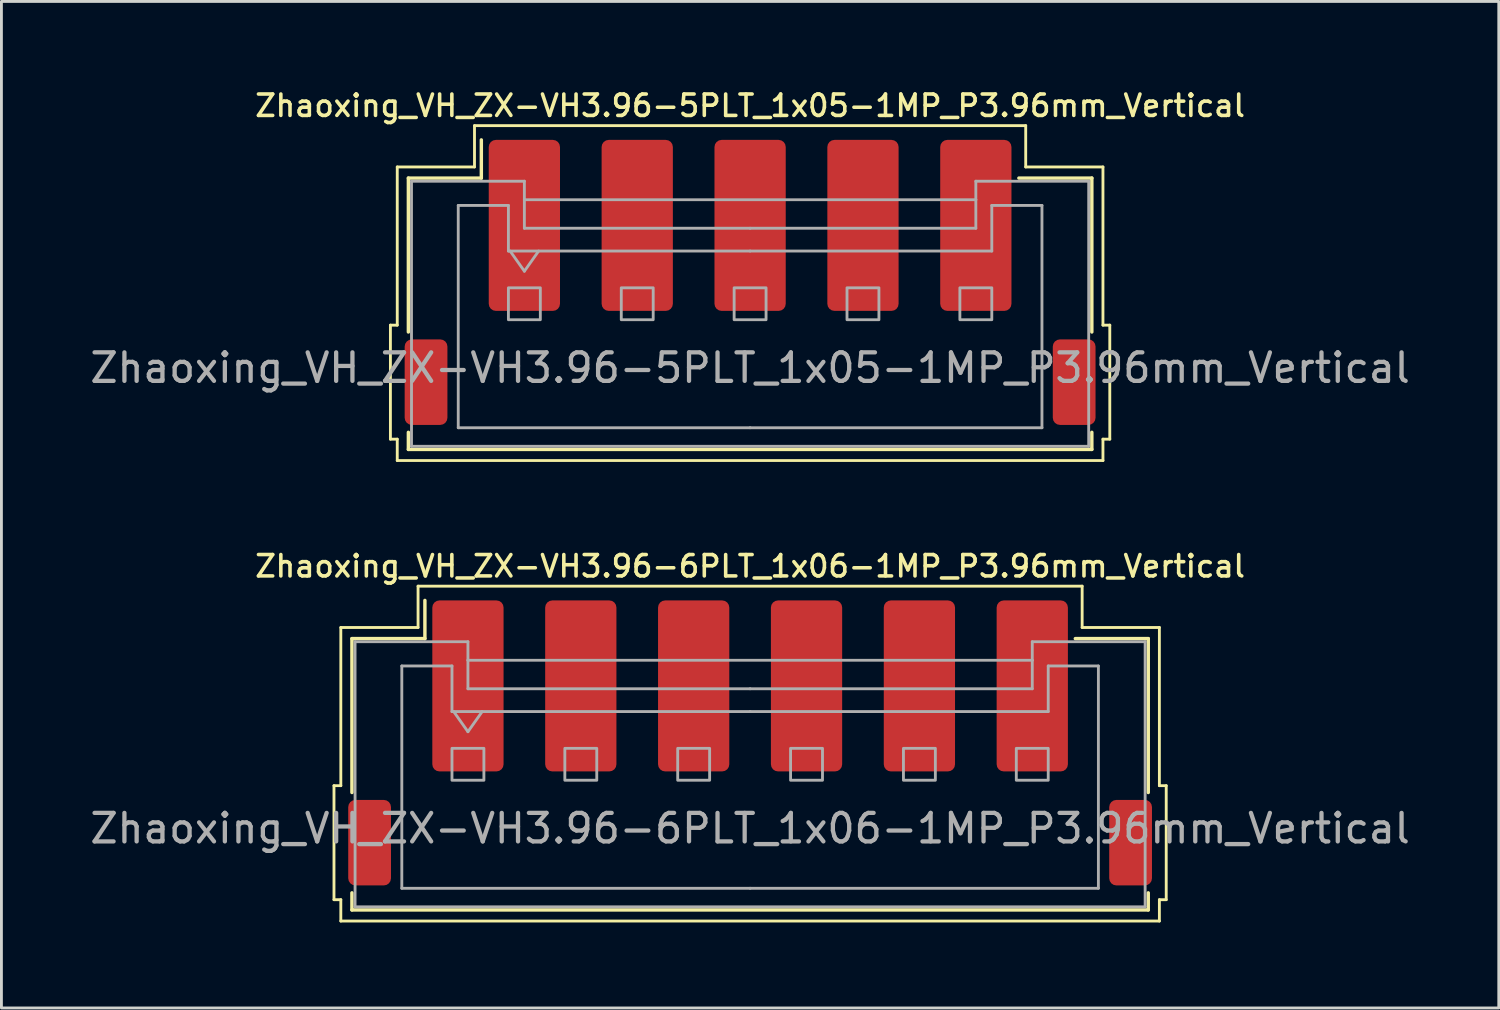
<source format=kicad_pcb>
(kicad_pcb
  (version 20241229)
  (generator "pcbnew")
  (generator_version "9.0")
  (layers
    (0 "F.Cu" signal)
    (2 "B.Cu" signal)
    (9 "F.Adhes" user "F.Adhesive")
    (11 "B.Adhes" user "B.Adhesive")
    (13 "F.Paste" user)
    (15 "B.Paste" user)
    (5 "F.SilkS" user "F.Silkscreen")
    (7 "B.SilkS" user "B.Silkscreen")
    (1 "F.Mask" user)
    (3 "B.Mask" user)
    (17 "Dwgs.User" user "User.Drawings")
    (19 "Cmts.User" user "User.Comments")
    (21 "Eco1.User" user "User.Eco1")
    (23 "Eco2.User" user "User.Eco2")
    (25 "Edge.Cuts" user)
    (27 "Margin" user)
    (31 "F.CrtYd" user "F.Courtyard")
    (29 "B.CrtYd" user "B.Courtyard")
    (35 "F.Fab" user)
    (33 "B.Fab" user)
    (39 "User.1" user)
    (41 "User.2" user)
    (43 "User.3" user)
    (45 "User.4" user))
  (footprint "Zhaoxing_VH_ZX-VH3.96-5PLT_1x05-1MP_P3.96mm_Vertical"
    (layer "F.Cu")
    (at 23.268 6.858)
    (property "Reference" "Zhaoxing_VH_ZX-VH3.96-5PLT_1x05-1MP_P3.96mm_Vertical" (at 0 -6.2 0) (layer "F.SilkS") (effects (font (size 0.75 0.75) (thickness 0.125))))
    (attr smd)
    (fp_line (start -12.62 1.5) (end -12.38 1.5) (stroke (width 0.1) (type solid)) (layer "F.SilkS"))
    (fp_line (start -12.62 5.5) (end -12.62 1.5) (stroke (width 0.1) (type solid)) (layer "F.SilkS"))
    (fp_line (start -12.38 -4.05) (end -9.67 -4.05) (stroke (width 0.1) (type solid)) (layer "F.SilkS"))
    (fp_line (start -12.38 1.5) (end -12.38 -4.05) (stroke (width 0.1) (type solid)) (layer "F.SilkS"))
    (fp_line (start -12.38 5.5) (end -12.62 5.5) (stroke (width 0.1) (type solid)) (layer "F.SilkS"))
    (fp_line (start -12.38 6.25) (end -12.38 5.5) (stroke (width 0.1) (type solid)) (layer "F.SilkS"))
    (fp_line (start -11.99 -3.66) (end -9.43 -3.66) (stroke (width 0.12) (type solid)) (layer "F.SilkS"))
    (fp_line (start -11.99 1.74) (end -11.99 -3.66) (stroke (width 0.12) (type solid)) (layer "F.SilkS"))
    (fp_line (start -11.99 5.26) (end -11.99 5.86) (stroke (width 0.12) (type solid)) (layer "F.SilkS"))
    (fp_line (start -11.99 5.86) (end 11.99 5.86) (stroke (width 0.12) (type solid)) (layer "F.SilkS"))
    (fp_line (start -9.67 -5.5) (end 9.67 -5.5) (stroke (width 0.1) (type solid)) (layer "F.SilkS"))
    (fp_line (start -9.67 -4.05) (end -9.67 -5.5) (stroke (width 0.1) (type solid)) (layer "F.SilkS"))
    (fp_line (start -9.43 -3.66) (end -9.43 -5) (stroke (width 0.12) (type solid)) (layer "F.SilkS"))
    (fp_line (start 9.67 -5.5) (end 9.67 -4.05) (stroke (width 0.1) (type solid)) (layer "F.SilkS"))
    (fp_line (start 9.67 -4.05) (end 12.38 -4.05) (stroke (width 0.1) (type solid)) (layer "F.SilkS"))
    (fp_line (start 11.99 -3.66) (end 9.43 -3.66) (stroke (width 0.12) (type solid)) (layer "F.SilkS"))
    (fp_line (start 11.99 1.74) (end 11.99 -3.66) (stroke (width 0.12) (type solid)) (layer "F.SilkS"))
    (fp_line (start 11.99 5.86) (end 11.99 5.26) (stroke (width 0.12) (type solid)) (layer "F.SilkS"))
    (fp_line (start 12.38 -4.05) (end 12.38 1.5) (stroke (width 0.1) (type solid)) (layer "F.SilkS"))
    (fp_line (start 12.38 1.5) (end 12.62 1.5) (stroke (width 0.1) (type solid)) (layer "F.SilkS"))
    (fp_line (start 12.38 5.5) (end 12.38 6.25) (stroke (width 0.1) (type solid)) (layer "F.SilkS"))
    (fp_line (start 12.38 6.25) (end -12.38 6.25) (stroke (width 0.1) (type solid)) (layer "F.SilkS"))
    (fp_line (start 12.62 1.5) (end 12.62 5.5) (stroke (width 0.1) (type solid)) (layer "F.SilkS"))
    (fp_line (start 12.62 5.5) (end 12.38 5.5) (stroke (width 0.1) (type solid)) (layer "F.SilkS"))
    (fp_line (start -11.88 -3.55) (end -11.88 5.75) (stroke (width 0.1) (type solid)) (layer "F.Fab"))
    (fp_line (start -11.88 -3.55) (end -7.92 -3.55) (stroke (width 0.1) (type solid)) (layer "F.Fab"))
    (fp_line (start -11.88 5.75) (end 11.88 5.75) (stroke (width 0.1) (type solid)) (layer "F.Fab"))
    (fp_line (start -10.24 -2.7) (end -10.24 5.1) (stroke (width 0.1) (type solid)) (layer "F.Fab"))
    (fp_line (start -10.24 5.1) (end 0 5.1) (stroke (width 0.1) (type solid)) (layer "F.Fab"))
    (fp_line (start -8.48 -2.7) (end -10.24 -2.7) (stroke (width 0.1) (type solid)) (layer "F.Fab"))
    (fp_line (start -8.48 -1.1) (end -8.48 -2.7) (stroke (width 0.1) (type solid)) (layer "F.Fab"))
    (fp_line (start -8.42 -1.1) (end -7.92 -0.393) (stroke (width 0.1) (type solid)) (layer "F.Fab"))
    (fp_line (start -7.92 -3.55) (end -7.92 -2.9) (stroke (width 0.1) (type solid)) (layer "F.Fab"))
    (fp_line (start -7.92 -2.9) (end 7.92 -2.9) (stroke (width 0.1) (type solid)) (layer "F.Fab"))
    (fp_line (start -7.92 -1.9) (end -7.92 -2.9) (stroke (width 0.1) (type solid)) (layer "F.Fab"))
    (fp_line (start -7.92 -0.393) (end -7.42 -1.1) (stroke (width 0.1) (type solid)) (layer "F.Fab"))
    (fp_line (start 0 -1.9) (end -7.92 -1.9) (stroke (width 0.1) (type solid)) (layer "F.Fab"))
    (fp_line (start 0 -1.9) (end 7.92 -1.9) (stroke (width 0.1) (type solid)) (layer "F.Fab"))
    (fp_line (start 0 -1.1) (end -8.48 -1.1) (stroke (width 0.1) (type solid)) (layer "F.Fab"))
    (fp_line (start 0 -1.1) (end 8.48 -1.1) (stroke (width 0.1) (type solid)) (layer "F.Fab"))
    (fp_line (start 7.92 -3.55) (end 11.88 -3.55) (stroke (width 0.1) (type solid)) (layer "F.Fab"))
    (fp_line (start 7.92 -2.9) (end 7.92 -3.55) (stroke (width 0.1) (type solid)) (layer "F.Fab"))
    (fp_line (start 7.92 -1.9) (end 7.92 -2.9) (stroke (width 0.1) (type solid)) (layer "F.Fab"))
    (fp_line (start 8.48 -2.7) (end 10.24 -2.7) (stroke (width 0.1) (type solid)) (layer "F.Fab"))
    (fp_line (start 8.48 -1.1) (end 8.48 -2.7) (stroke (width 0.1) (type solid)) (layer "F.Fab"))
    (fp_line (start 10.24 -2.7) (end 10.24 5.1) (stroke (width 0.1) (type solid)) (layer "F.Fab"))
    (fp_line (start 10.24 5.1) (end 0 5.1) (stroke (width 0.1) (type solid)) (layer "F.Fab"))
    (fp_line (start 11.88 -3.55) (end 11.88 5.75) (stroke (width 0.1) (type solid)) (layer "F.Fab"))
    (fp_rect (start -8.48 0.19) (end -7.36 1.31) (stroke (width 0.1) (type solid)) (fill no) (layer "F.Fab"))
    (fp_rect (start -4.52 0.19) (end -3.4 1.31) (stroke (width 0.1) (type solid)) (fill no) (layer "F.Fab"))
    (fp_rect (start -0.56 0.19) (end 0.56 1.31) (stroke (width 0.1) (type solid)) (fill no) (layer "F.Fab"))
    (fp_rect (start 3.4 0.19) (end 4.52 1.31) (stroke (width 0.1) (type solid)) (fill no) (layer "F.Fab"))
    (fp_rect (start 7.36 0.19) (end 8.48 1.31) (stroke (width 0.1) (type solid)) (fill no) (layer "F.Fab"))
    (fp_text user "${REFERENCE}" (at 0 3 0) (layer "F.Fab") (effects (font (size 1 1) (thickness 0.15))))
    (pad "1" smd roundrect (at -7.92 -2) (size 2.5 6) (layers "F.Cu" "F.Mask" "F.Paste") (roundrect_rratio 0.1))
    (pad "2" smd roundrect (at -3.96 -2) (size 2.5 6) (layers "F.Cu" "F.Mask" "F.Paste") (roundrect_rratio 0.1))
    (pad "3" smd roundrect (at 0 -2) (size 2.5 6) (layers "F.Cu" "F.Mask" "F.Paste") (roundrect_rratio 0.1))
    (pad "4" smd roundrect (at 3.96 -2) (size 2.5 6) (layers "F.Cu" "F.Mask" "F.Paste") (roundrect_rratio 0.1))
    (pad "5" smd roundrect (at 7.92 -2) (size 2.5 6) (layers "F.Cu" "F.Mask" "F.Paste") (roundrect_rratio 0.1))
    (pad "MP" smd roundrect (at -11.37 3.5) (size 1.5 3) (layers "F.Cu" "F.Mask" "F.Paste") (roundrect_rratio 0.167))
    (pad "MP" smd roundrect (at 11.37 3.5) (size 1.5 3) (layers "F.Cu" "F.Mask" "F.Paste") (roundrect_rratio 0.167)))
  (footprint "Zhaoxing_VH_ZX-VH3.96-6PLT_1x06-1MP_P3.96mm_Vertical"
    (layer "F.Cu")
    (at 23.268 23.016)
    (property "Reference" "Zhaoxing_VH_ZX-VH3.96-6PLT_1x06-1MP_P3.96mm_Vertical" (at 0 -6.2 0) (layer "F.SilkS") (effects (font (size 0.75 0.75) (thickness 0.125))))
    (attr smd)
    (fp_line (start -14.6 1.5) (end -14.36 1.5) (stroke (width 0.1) (type solid)) (layer "F.SilkS"))
    (fp_line (start -14.6 5.5) (end -14.6 1.5) (stroke (width 0.1) (type solid)) (layer "F.SilkS"))
    (fp_line (start -14.36 -4.05) (end -11.65 -4.05) (stroke (width 0.1) (type solid)) (layer "F.SilkS"))
    (fp_line (start -14.36 1.5) (end -14.36 -4.05) (stroke (width 0.1) (type solid)) (layer "F.SilkS"))
    (fp_line (start -14.36 5.5) (end -14.6 5.5) (stroke (width 0.1) (type solid)) (layer "F.SilkS"))
    (fp_line (start -14.36 6.25) (end -14.36 5.5) (stroke (width 0.1) (type solid)) (layer "F.SilkS"))
    (fp_line (start -13.97 -3.66) (end -11.41 -3.66) (stroke (width 0.12) (type solid)) (layer "F.SilkS"))
    (fp_line (start -13.97 1.74) (end -13.97 -3.66) (stroke (width 0.12) (type solid)) (layer "F.SilkS"))
    (fp_line (start -13.97 5.26) (end -13.97 5.86) (stroke (width 0.12) (type solid)) (layer "F.SilkS"))
    (fp_line (start -13.97 5.86) (end 13.97 5.86) (stroke (width 0.12) (type solid)) (layer "F.SilkS"))
    (fp_line (start -11.65 -5.5) (end 11.65 -5.5) (stroke (width 0.1) (type solid)) (layer "F.SilkS"))
    (fp_line (start -11.65 -4.05) (end -11.65 -5.5) (stroke (width 0.1) (type solid)) (layer "F.SilkS"))
    (fp_line (start -11.41 -3.66) (end -11.41 -5) (stroke (width 0.12) (type solid)) (layer "F.SilkS"))
    (fp_line (start 11.65 -5.5) (end 11.65 -4.05) (stroke (width 0.1) (type solid)) (layer "F.SilkS"))
    (fp_line (start 11.65 -4.05) (end 14.36 -4.05) (stroke (width 0.1) (type solid)) (layer "F.SilkS"))
    (fp_line (start 13.97 -3.66) (end 11.41 -3.66) (stroke (width 0.12) (type solid)) (layer "F.SilkS"))
    (fp_line (start 13.97 1.74) (end 13.97 -3.66) (stroke (width 0.12) (type solid)) (layer "F.SilkS"))
    (fp_line (start 13.97 5.86) (end 13.97 5.26) (stroke (width 0.12) (type solid)) (layer "F.SilkS"))
    (fp_line (start 14.36 -4.05) (end 14.36 1.5) (stroke (width 0.1) (type solid)) (layer "F.SilkS"))
    (fp_line (start 14.36 1.5) (end 14.6 1.5) (stroke (width 0.1) (type solid)) (layer "F.SilkS"))
    (fp_line (start 14.36 5.5) (end 14.36 6.25) (stroke (width 0.1) (type solid)) (layer "F.SilkS"))
    (fp_line (start 14.36 6.25) (end -14.36 6.25) (stroke (width 0.1) (type solid)) (layer "F.SilkS"))
    (fp_line (start 14.6 1.5) (end 14.6 5.5) (stroke (width 0.1) (type solid)) (layer "F.SilkS"))
    (fp_line (start 14.6 5.5) (end 14.36 5.5) (stroke (width 0.1) (type solid)) (layer "F.SilkS"))
    (fp_line (start -13.86 -3.55) (end -13.86 5.75) (stroke (width 0.1) (type solid)) (layer "F.Fab"))
    (fp_line (start -13.86 -3.55) (end -9.9 -3.55) (stroke (width 0.1) (type solid)) (layer "F.Fab"))
    (fp_line (start -13.86 5.75) (end 13.86 5.75) (stroke (width 0.1) (type solid)) (layer "F.Fab"))
    (fp_line (start -12.22 -2.7) (end -12.22 5.1) (stroke (width 0.1) (type solid)) (layer "F.Fab"))
    (fp_line (start -12.22 5.1) (end 0 5.1) (stroke (width 0.1) (type solid)) (layer "F.Fab"))
    (fp_line (start -10.46 -2.7) (end -12.22 -2.7) (stroke (width 0.1) (type solid)) (layer "F.Fab"))
    (fp_line (start -10.46 -1.1) (end -10.46 -2.7) (stroke (width 0.1) (type solid)) (layer "F.Fab"))
    (fp_line (start -10.4 -1.1) (end -9.9 -0.393) (stroke (width 0.1) (type solid)) (layer "F.Fab"))
    (fp_line (start -9.9 -3.55) (end -9.9 -2.9) (stroke (width 0.1) (type solid)) (layer "F.Fab"))
    (fp_line (start -9.9 -2.9) (end 9.9 -2.9) (stroke (width 0.1) (type solid)) (layer "F.Fab"))
    (fp_line (start -9.9 -1.9) (end -9.9 -2.9) (stroke (width 0.1) (type solid)) (layer "F.Fab"))
    (fp_line (start -9.9 -0.393) (end -9.4 -1.1) (stroke (width 0.1) (type solid)) (layer "F.Fab"))
    (fp_line (start 0 -1.9) (end -9.9 -1.9) (stroke (width 0.1) (type solid)) (layer "F.Fab"))
    (fp_line (start 0 -1.9) (end 9.9 -1.9) (stroke (width 0.1) (type solid)) (layer "F.Fab"))
    (fp_line (start 0 -1.1) (end -10.46 -1.1) (stroke (width 0.1) (type solid)) (layer "F.Fab"))
    (fp_line (start 0 -1.1) (end 10.46 -1.1) (stroke (width 0.1) (type solid)) (layer "F.Fab"))
    (fp_line (start 9.9 -3.55) (end 13.86 -3.55) (stroke (width 0.1) (type solid)) (layer "F.Fab"))
    (fp_line (start 9.9 -2.9) (end 9.9 -3.55) (stroke (width 0.1) (type solid)) (layer "F.Fab"))
    (fp_line (start 9.9 -1.9) (end 9.9 -2.9) (stroke (width 0.1) (type solid)) (layer "F.Fab"))
    (fp_line (start 10.46 -2.7) (end 12.22 -2.7) (stroke (width 0.1) (type solid)) (layer "F.Fab"))
    (fp_line (start 10.46 -1.1) (end 10.46 -2.7) (stroke (width 0.1) (type solid)) (layer "F.Fab"))
    (fp_line (start 12.22 -2.7) (end 12.22 5.1) (stroke (width 0.1) (type solid)) (layer "F.Fab"))
    (fp_line (start 12.22 5.1) (end 0 5.1) (stroke (width 0.1) (type solid)) (layer "F.Fab"))
    (fp_line (start 13.86 -3.55) (end 13.86 5.75) (stroke (width 0.1) (type solid)) (layer "F.Fab"))
    (fp_rect (start -10.46 0.19) (end -9.34 1.31) (stroke (width 0.1) (type solid)) (fill no) (layer "F.Fab"))
    (fp_rect (start -6.5 0.19) (end -5.38 1.31) (stroke (width 0.1) (type solid)) (fill no) (layer "F.Fab"))
    (fp_rect (start -2.54 0.19) (end -1.42 1.31) (stroke (width 0.1) (type solid)) (fill no) (layer "F.Fab"))
    (fp_rect (start 1.42 0.19) (end 2.54 1.31) (stroke (width 0.1) (type solid)) (fill no) (layer "F.Fab"))
    (fp_rect (start 5.38 0.19) (end 6.5 1.31) (stroke (width 0.1) (type solid)) (fill no) (layer "F.Fab"))
    (fp_rect (start 9.34 0.19) (end 10.46 1.31) (stroke (width 0.1) (type solid)) (fill no) (layer "F.Fab"))
    (fp_text user "${REFERENCE}" (at 0 3 0) (layer "F.Fab") (effects (font (size 1 1) (thickness 0.15))))
    (pad "1" smd roundrect (at -9.9 -2) (size 2.5 6) (layers "F.Cu" "F.Mask" "F.Paste") (roundrect_rratio 0.1))
    (pad "2" smd roundrect (at -5.94 -2) (size 2.5 6) (layers "F.Cu" "F.Mask" "F.Paste") (roundrect_rratio 0.1))
    (pad "3" smd roundrect (at -1.98 -2) (size 2.5 6) (layers "F.Cu" "F.Mask" "F.Paste") (roundrect_rratio 0.1))
    (pad "4" smd roundrect (at 1.98 -2) (size 2.5 6) (layers "F.Cu" "F.Mask" "F.Paste") (roundrect_rratio 0.1))
    (pad "5" smd roundrect (at 5.94 -2) (size 2.5 6) (layers "F.Cu" "F.Mask" "F.Paste") (roundrect_rratio 0.1))
    (pad "6" smd roundrect (at 9.9 -2) (size 2.5 6) (layers "F.Cu" "F.Mask" "F.Paste") (roundrect_rratio 0.1))
    (pad "MP" smd roundrect (at -13.35 3.5) (size 1.5 3) (layers "F.Cu" "F.Mask" "F.Paste") (roundrect_rratio 0.167))
    (pad "MP" smd roundrect (at 13.35 3.5) (size 1.5 3) (layers "F.Cu" "F.Mask" "F.Paste") (roundrect_rratio 0.167)))
  (gr_rect
    (start -3 -3)
    (end 49.536 32.316)
    (stroke (width 0.1) (type default))
    (fill no)
    (layer "Edge.Cuts")))
</source>
